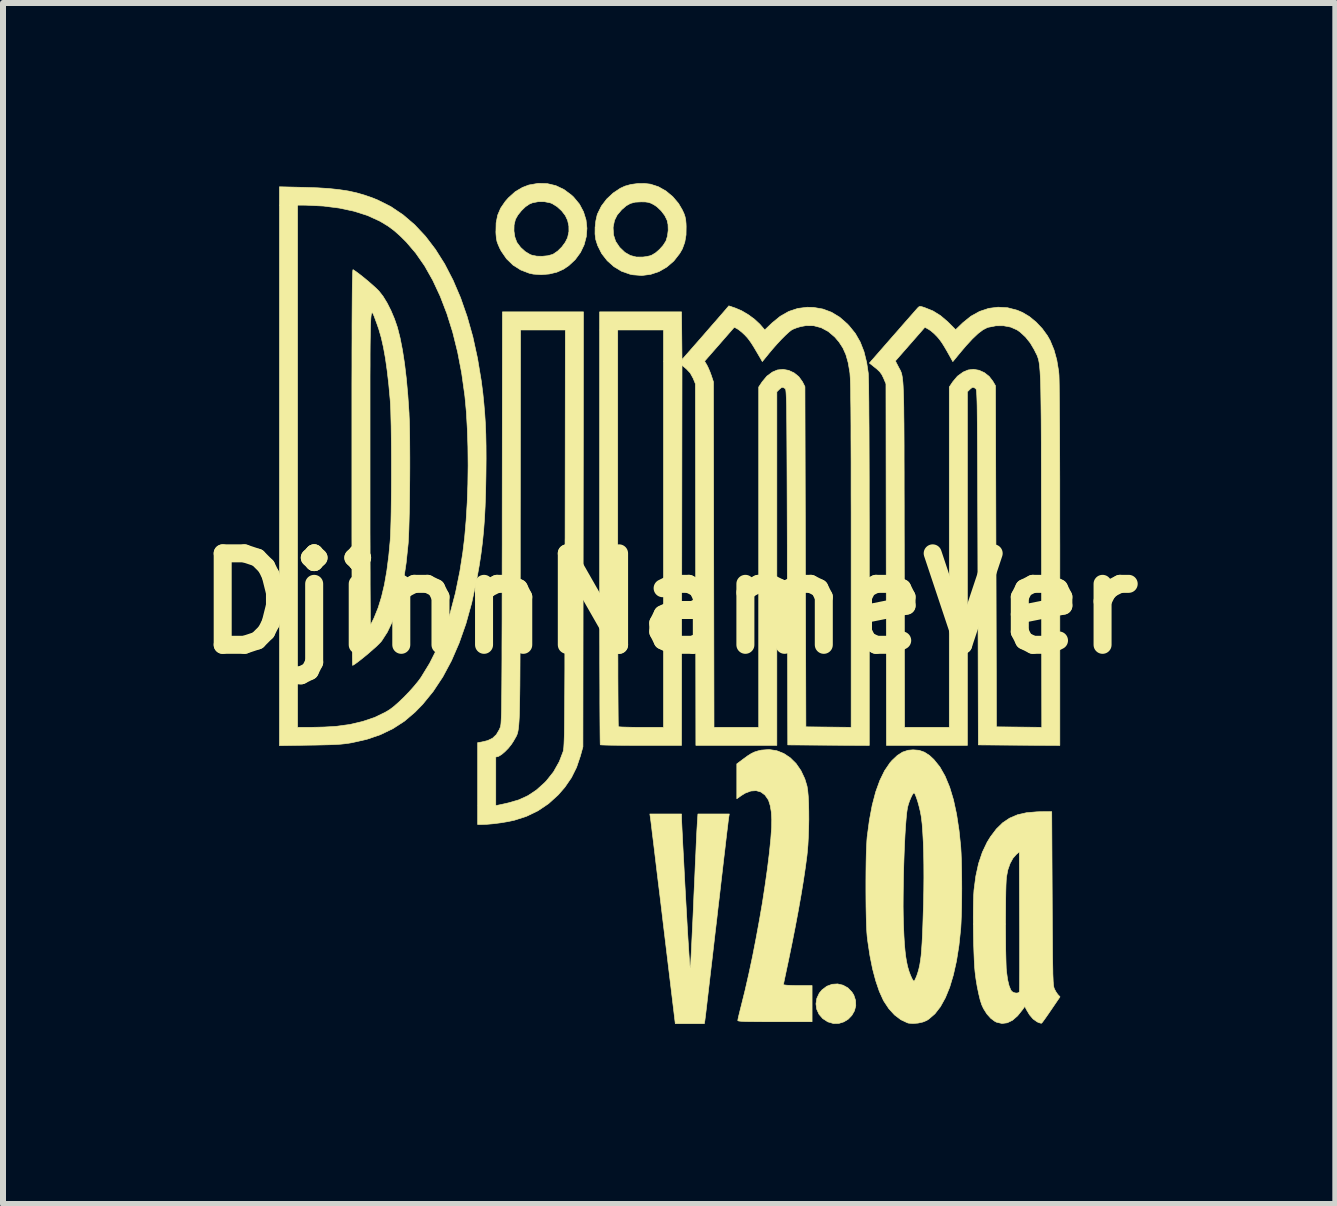
<source format=kicad_pcb>
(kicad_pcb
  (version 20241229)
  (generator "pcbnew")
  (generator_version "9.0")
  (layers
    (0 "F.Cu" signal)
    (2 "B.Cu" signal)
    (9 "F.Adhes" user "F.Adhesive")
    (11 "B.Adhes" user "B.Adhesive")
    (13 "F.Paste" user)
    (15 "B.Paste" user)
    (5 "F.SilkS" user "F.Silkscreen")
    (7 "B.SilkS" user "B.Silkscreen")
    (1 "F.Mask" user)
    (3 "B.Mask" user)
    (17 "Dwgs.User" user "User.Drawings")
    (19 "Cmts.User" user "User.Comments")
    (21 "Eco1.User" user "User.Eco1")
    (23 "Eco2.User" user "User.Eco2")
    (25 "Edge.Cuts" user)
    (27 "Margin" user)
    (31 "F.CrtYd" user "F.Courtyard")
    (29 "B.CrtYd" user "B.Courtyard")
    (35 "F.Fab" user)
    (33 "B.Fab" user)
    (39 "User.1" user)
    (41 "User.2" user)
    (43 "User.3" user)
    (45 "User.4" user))
  (footprint "DjinnNameVer"
    (layer "F.Cu")
    (at 8.099 7.004)
    (property "Reference" "DjinnNameVer" (at 0 0 0) (layer "F.SilkS") (effects (font (size 1.524 1.524) (thickness 0.3))))
    (attr through_hole)
    (fp_poly (pts (xy 2.896 6.36) (xy 2.978 6.405) (xy 3.045 6.475) (xy 3.076 6.524) (xy 3.106 6.615) (xy 3.109 6.704) (xy 3.087 6.788) (xy 3.044 6.863) (xy 2.984 6.926) (xy 2.911 6.971) (xy 2.828 6.997) (xy 2.738 6.999) (xy 2.646 6.972) (xy 2.643 6.971) (xy 2.558 6.916) (xy 2.496 6.844) (xy 2.458 6.76) (xy 2.446 6.671) (xy 2.46 6.58) (xy 2.501 6.493) (xy 2.546 6.439) (xy 2.626 6.378) (xy 2.715 6.345) (xy 2.807 6.339) (xy 2.896 6.36)) (stroke (width 0.01) (type solid)) (fill yes) (layer "F.SilkS"))
    (fp_poly (pts (xy -2.032 -6.995) (xy -1.888 -6.961) (xy -1.752 -6.896) (xy -1.626 -6.802) (xy -1.592 -6.77) (xy -1.495 -6.653) (xy -1.427 -6.525) (xy -1.385 -6.389) (xy -1.37 -6.25) (xy -1.381 -6.111) (xy -1.417 -5.975) (xy -1.478 -5.847) (xy -1.564 -5.73) (xy -1.673 -5.628) (xy -1.762 -5.568) (xy -1.872 -5.519) (xy -1.998 -5.489) (xy -2.132 -5.478) (xy -2.263 -5.487) (xy -2.329 -5.501) (xy -2.473 -5.556) (xy -2.601 -5.637) (xy -2.71 -5.743) (xy -2.798 -5.871) (xy -2.822 -5.916) (xy -2.85 -5.98) (xy -2.869 -6.032) (xy -2.879 -6.085) (xy -2.885 -6.151) (xy -2.887 -6.193) (xy -2.886 -6.205) (xy -2.586 -6.205) (xy -2.571 -6.106) (xy -2.54 -6.021) (xy -2.535 -6.012) (xy -2.474 -5.931) (xy -2.398 -5.862) (xy -2.316 -5.813) (xy -2.286 -5.802) (xy -2.206 -5.786) (xy -2.114 -5.784) (xy -2.023 -5.793) (xy -1.946 -5.814) (xy -1.927 -5.823) (xy -1.857 -5.871) (xy -1.789 -5.938) (xy -1.732 -6.015) (xy -1.694 -6.09) (xy -1.691 -6.1) (xy -1.67 -6.197) (xy -1.671 -6.287) (xy -1.692 -6.382) (xy -1.73 -6.463) (xy -1.791 -6.542) (xy -1.867 -6.611) (xy -1.949 -6.662) (xy -1.983 -6.675) (xy -2.079 -6.694) (xy -2.182 -6.694) (xy -2.278 -6.675) (xy -2.327 -6.655) (xy -2.394 -6.61) (xy -2.461 -6.545) (xy -2.52 -6.472) (xy -2.561 -6.4) (xy -2.563 -6.393) (xy -2.584 -6.305) (xy -2.586 -6.205) (xy -2.886 -6.205) (xy -2.883 -6.341) (xy -2.857 -6.47) (xy -2.807 -6.587) (xy -2.73 -6.699) (xy -2.678 -6.758) (xy -2.565 -6.86) (xy -2.443 -6.932) (xy -2.337 -6.972) (xy -2.182 -6.999) (xy -2.032 -6.995)) (stroke (width 0.01) (type solid)) (fill yes) (layer "F.SilkS"))
    (fp_poly (pts (xy -0.313 -6.986) (xy -0.18 -6.943) (xy -0.054 -6.872) (xy 0.06 -6.777) (xy 0.156 -6.664) (xy 0.219 -6.556) (xy 0.247 -6.496) (xy 0.264 -6.446) (xy 0.275 -6.395) (xy 0.281 -6.331) (xy 0.283 -6.281) (xy 0.281 -6.14) (xy 0.26 -6.018) (xy 0.22 -5.908) (xy 0.175 -5.83) (xy 0.077 -5.705) (xy -0.039 -5.605) (xy -0.168 -5.53) (xy -0.308 -5.483) (xy -0.455 -5.464) (xy -0.606 -5.476) (xy -0.654 -5.486) (xy -0.794 -5.535) (xy -0.921 -5.612) (xy -1.032 -5.711) (xy -1.124 -5.829) (xy -1.191 -5.962) (xy -1.223 -6.062) (xy -1.235 -6.155) (xy -1.234 -6.26) (xy -0.934 -6.26) (xy -0.927 -6.14) (xy -0.892 -6.032) (xy -0.826 -5.934) (xy -0.824 -5.932) (xy -0.739 -5.85) (xy -0.649 -5.798) (xy -0.549 -5.772) (xy -0.441 -5.771) (xy -0.379 -5.779) (xy -0.32 -5.792) (xy -0.295 -5.801) (xy -0.229 -5.839) (xy -0.161 -5.898) (xy -0.1 -5.966) (xy -0.056 -6.035) (xy -0.053 -6.04) (xy -0.028 -6.122) (xy -0.016 -6.218) (xy -0.019 -6.314) (xy -0.034 -6.383) (xy -0.073 -6.463) (xy -0.134 -6.543) (xy -0.206 -6.611) (xy -0.256 -6.644) (xy -0.305 -6.669) (xy -0.348 -6.683) (xy -0.398 -6.69) (xy -0.468 -6.691) (xy -0.468 -6.691) (xy -0.566 -6.686) (xy -0.645 -6.665) (xy -0.715 -6.626) (xy -0.787 -6.564) (xy -0.794 -6.557) (xy -0.866 -6.472) (xy -0.91 -6.384) (xy -0.931 -6.284) (xy -0.934 -6.26) (xy -1.234 -6.26) (xy -1.234 -6.263) (xy -1.222 -6.373) (xy -1.2 -6.472) (xy -1.191 -6.496) (xy -1.129 -6.621) (xy -1.041 -6.737) (xy -0.933 -6.838) (xy -0.813 -6.918) (xy -0.734 -6.954) (xy -0.636 -6.981) (xy -0.523 -6.996) (xy -0.408 -6.997) (xy -0.313 -6.986)) (stroke (width 0.01) (type solid)) (fill yes) (layer "F.SilkS"))
    (fp_poly (pts (xy 1.791 2.453) (xy 1.91 2.5) (xy 2.018 2.572) (xy 2.115 2.668) (xy 2.196 2.786) (xy 2.26 2.922) (xy 2.297 3.044) (xy 2.308 3.114) (xy 2.317 3.21) (xy 2.323 3.326) (xy 2.326 3.458) (xy 2.327 3.599) (xy 2.324 3.744) (xy 2.319 3.888) (xy 2.312 4.025) (xy 2.301 4.15) (xy 2.296 4.199) (xy 2.27 4.395) (xy 2.237 4.618) (xy 2.197 4.861) (xy 2.151 5.121) (xy 2.1 5.393) (xy 2.045 5.672) (xy 1.987 5.954) (xy 1.959 6.085) (xy 1.941 6.171) (xy 1.925 6.246) (xy 1.913 6.304) (xy 1.906 6.341) (xy 1.905 6.351) (xy 1.92 6.356) (xy 1.963 6.361) (xy 2.028 6.364) (xy 2.111 6.366) (xy 2.143 6.366) (xy 2.381 6.366) (xy 2.381 6.969) (xy 1.762 6.969) (xy 1.601 6.969) (xy 1.469 6.968) (xy 1.363 6.967) (xy 1.281 6.966) (xy 1.221 6.963) (xy 1.18 6.96) (xy 1.155 6.956) (xy 1.144 6.951) (xy 1.143 6.948) (xy 1.147 6.926) (xy 1.157 6.879) (xy 1.173 6.814) (xy 1.192 6.737) (xy 1.198 6.714) (xy 1.264 6.449) (xy 1.328 6.168) (xy 1.39 5.877) (xy 1.448 5.579) (xy 1.503 5.28) (xy 1.554 4.984) (xy 1.598 4.696) (xy 1.637 4.42) (xy 1.669 4.161) (xy 1.693 3.924) (xy 1.707 3.731) (xy 1.709 3.597) (xy 1.702 3.475) (xy 1.684 3.369) (xy 1.658 3.286) (xy 1.652 3.272) (xy 1.597 3.193) (xy 1.529 3.142) (xy 1.449 3.119) (xy 1.361 3.125) (xy 1.268 3.16) (xy 1.203 3.2) (xy 1.127 3.254) (xy 1.127 2.673) (xy 1.234 2.593) (xy 1.309 2.538) (xy 1.368 2.501) (xy 1.422 2.475) (xy 1.479 2.457) (xy 1.535 2.444) (xy 1.665 2.434) (xy 1.791 2.453)) (stroke (width 0.01) (type solid)) (fill yes) (layer "F.SilkS"))
    (fp_poly (pts (xy 0.207 3.6) (xy 0.208 3.63) (xy 0.211 3.689) (xy 0.215 3.775) (xy 0.221 3.884) (xy 0.227 4.015) (xy 0.235 4.164) (xy 0.244 4.329) (xy 0.253 4.507) (xy 0.263 4.696) (xy 0.274 4.892) (xy 0.276 4.929) (xy 0.29 5.176) (xy 0.302 5.392) (xy 0.313 5.578) (xy 0.323 5.733) (xy 0.331 5.858) (xy 0.338 5.954) (xy 0.344 6.022) (xy 0.349 6.061) (xy 0.352 6.073) (xy 0.354 6.064) (xy 0.357 6.031) (xy 0.36 5.969) (xy 0.365 5.881) (xy 0.371 5.77) (xy 0.377 5.639) (xy 0.384 5.49) (xy 0.392 5.327) (xy 0.4 5.153) (xy 0.408 4.97) (xy 0.412 4.866) (xy 0.421 4.678) (xy 0.429 4.497) (xy 0.436 4.325) (xy 0.444 4.165) (xy 0.45 4.021) (xy 0.456 3.895) (xy 0.461 3.79) (xy 0.466 3.709) (xy 0.469 3.656) (xy 0.47 3.639) (xy 0.479 3.508) (xy 1.002 3.508) (xy 0.993 3.56) (xy 0.99 3.583) (xy 0.983 3.635) (xy 0.974 3.714) (xy 0.961 3.818) (xy 0.946 3.945) (xy 0.929 4.093) (xy 0.909 4.26) (xy 0.888 4.443) (xy 0.865 4.64) (xy 0.841 4.85) (xy 0.815 5.069) (xy 0.794 5.255) (xy 0.767 5.481) (xy 0.742 5.698) (xy 0.718 5.906) (xy 0.695 6.101) (xy 0.674 6.281) (xy 0.655 6.444) (xy 0.638 6.589) (xy 0.624 6.712) (xy 0.612 6.812) (xy 0.603 6.886) (xy 0.597 6.933) (xy 0.595 6.949) (xy 0.586 7.001) (xy 0.102 7.001) (xy -0.102 5.306) (xy -0.129 5.077) (xy -0.156 4.855) (xy -0.182 4.644) (xy -0.206 4.446) (xy -0.228 4.262) (xy -0.248 4.095) (xy -0.266 3.946) (xy -0.282 3.819) (xy -0.294 3.714) (xy -0.304 3.635) (xy -0.311 3.583) (xy -0.314 3.56) (xy -0.314 3.56) (xy -0.322 3.508) (xy 0.206 3.508) (xy 0.207 3.6)) (stroke (width 0.01) (type solid)) (fill yes) (layer "F.SilkS"))
    (fp_poly (pts (xy 6.382 4.913) (xy 6.383 5.161) (xy 6.384 5.379) (xy 6.386 5.57) (xy 6.387 5.734) (xy 6.388 5.875) (xy 6.39 5.994) (xy 6.392 6.094) (xy 6.393 6.175) (xy 6.396 6.241) (xy 6.398 6.293) (xy 6.401 6.334) (xy 6.404 6.364) (xy 6.408 6.387) (xy 6.412 6.404) (xy 6.417 6.417) (xy 6.418 6.421) (xy 6.444 6.47) (xy 6.473 6.512) (xy 6.479 6.519) (xy 6.512 6.554) (xy 6.365 6.77) (xy 6.315 6.843) (xy 6.271 6.906) (xy 6.235 6.956) (xy 6.212 6.986) (xy 6.205 6.994) (xy 6.184 6.992) (xy 6.147 6.979) (xy 6.129 6.97) (xy 6.064 6.924) (xy 6.004 6.854) (xy 5.956 6.774) (xy 5.925 6.714) (xy 5.889 6.766) (xy 5.805 6.871) (xy 5.72 6.945) (xy 5.633 6.987) (xy 5.546 6.998) (xy 5.457 6.978) (xy 5.428 6.964) (xy 5.359 6.913) (xy 5.293 6.839) (xy 5.237 6.75) (xy 5.208 6.687) (xy 5.182 6.607) (xy 5.157 6.503) (xy 5.132 6.383) (xy 5.111 6.255) (xy 5.096 6.136) (xy 5.089 6.054) (xy 5.083 5.946) (xy 5.078 5.82) (xy 5.073 5.68) (xy 5.07 5.532) (xy 5.068 5.381) (xy 5.068 5.341) (xy 5.604 5.341) (xy 5.605 5.491) (xy 5.606 5.635) (xy 5.607 5.771) (xy 5.61 5.894) (xy 5.613 5.999) (xy 5.616 6.082) (xy 5.621 6.137) (xy 5.639 6.269) (xy 5.663 6.369) (xy 5.691 6.438) (xy 5.708 6.463) (xy 5.74 6.483) (xy 5.78 6.492) (xy 5.816 6.488) (xy 5.835 6.473) (xy 5.836 6.454) (xy 5.837 6.406) (xy 5.838 6.332) (xy 5.838 6.233) (xy 5.839 6.113) (xy 5.839 5.973) (xy 5.839 5.818) (xy 5.839 5.648) (xy 5.839 5.467) (xy 5.838 5.296) (xy 5.834 4.139) (xy 5.783 4.182) (xy 5.728 4.245) (xy 5.68 4.333) (xy 5.643 4.438) (xy 5.621 4.553) (xy 5.62 4.556) (xy 5.616 4.609) (xy 5.612 4.689) (xy 5.609 4.792) (xy 5.607 4.913) (xy 5.606 5.048) (xy 5.605 5.193) (xy 5.604 5.341) (xy 5.068 5.341) (xy 5.067 5.233) (xy 5.068 5.094) (xy 5.07 4.97) (xy 5.073 4.865) (xy 5.078 4.786) (xy 5.078 4.78) (xy 5.109 4.544) (xy 5.155 4.333) (xy 5.218 4.145) (xy 5.298 3.977) (xy 5.353 3.888) (xy 5.451 3.758) (xy 5.556 3.655) (xy 5.672 3.577) (xy 5.803 3.521) (xy 5.952 3.487) (xy 6.123 3.472) (xy 6.175 3.47) (xy 6.374 3.469) (xy 6.382 4.913)) (stroke (width 0.01) (type solid)) (fill yes) (layer "F.SilkS"))
    (fp_poly (pts (xy -6.076 -6.932) (xy -5.86 -6.925) (xy -5.669 -6.913) (xy -5.501 -6.895) (xy -5.348 -6.872) (xy -5.207 -6.841) (xy -5.072 -6.802) (xy -4.938 -6.755) (xy -4.855 -6.721) (xy -4.639 -6.613) (xy -4.434 -6.475) (xy -4.241 -6.31) (xy -4.061 -6.118) (xy -3.894 -5.899) (xy -3.74 -5.655) (xy -3.601 -5.386) (xy -3.476 -5.094) (xy -3.366 -4.779) (xy -3.271 -4.442) (xy -3.193 -4.084) (xy -3.13 -3.705) (xy -3.104 -3.5) (xy -3.087 -3.33) (xy -3.073 -3.164) (xy -3.062 -2.995) (xy -3.055 -2.818) (xy -3.051 -2.627) (xy -3.05 -2.418) (xy -3.052 -2.184) (xy -3.053 -2.114) (xy -3.058 -1.854) (xy -3.066 -1.62) (xy -3.077 -1.406) (xy -3.092 -1.207) (xy -3.111 -1.016) (xy -3.135 -0.827) (xy -3.164 -0.635) (xy -3.2 -0.434) (xy -3.208 -0.389) (xy -3.289 -0.012) (xy -3.386 0.337) (xy -3.499 0.659) (xy -3.627 0.954) (xy -3.771 1.223) (xy -3.932 1.466) (xy -4.108 1.682) (xy -4.234 1.811) (xy -4.41 1.961) (xy -4.601 2.085) (xy -4.81 2.186) (xy -5.038 2.264) (xy -5.286 2.32) (xy -5.346 2.33) (xy -5.407 2.338) (xy -5.474 2.345) (xy -5.552 2.35) (xy -5.646 2.354) (xy -5.76 2.357) (xy -5.898 2.36) (xy -5.981 2.361) (xy -6.493 2.369) (xy -6.493 2.064) (xy -6.191 2.064) (xy -5.965 2.064) (xy -5.861 2.062) (xy -5.747 2.059) (xy -5.637 2.053) (xy -5.548 2.047) (xy -5.323 2.017) (xy -5.109 1.967) (xy -4.91 1.9) (xy -4.733 1.815) (xy -4.659 1.771) (xy -4.591 1.72) (xy -4.51 1.649) (xy -4.422 1.565) (xy -4.333 1.473) (xy -4.25 1.38) (xy -4.177 1.291) (xy -4.133 1.23) (xy -3.99 0.996) (xy -3.861 0.74) (xy -3.747 0.459) (xy -3.647 0.154) (xy -3.56 -0.177) (xy -3.487 -0.536) (xy -3.438 -0.849) (xy -3.407 -1.104) (xy -3.383 -1.384) (xy -3.365 -1.681) (xy -3.354 -1.988) (xy -3.35 -2.3) (xy -3.353 -2.608) (xy -3.363 -2.907) (xy -3.379 -3.19) (xy -3.403 -3.449) (xy -3.406 -3.473) (xy -3.457 -3.838) (xy -3.524 -4.187) (xy -3.606 -4.518) (xy -3.703 -4.828) (xy -3.814 -5.117) (xy -3.938 -5.383) (xy -4.074 -5.624) (xy -4.223 -5.838) (xy -4.381 -6.023) (xy -4.487 -6.128) (xy -4.585 -6.214) (xy -4.682 -6.286) (xy -4.787 -6.35) (xy -4.834 -6.376) (xy -5.03 -6.465) (xy -5.251 -6.535) (xy -5.494 -6.587) (xy -5.758 -6.621) (xy -6.042 -6.635) (xy -6.1 -6.636) (xy -6.191 -6.636) (xy -6.191 2.064) (xy -6.493 2.064) (xy -6.493 -6.942) (xy -6.076 -6.932)) (stroke (width 0.01) (type solid)) (fill yes) (layer "F.SilkS"))
    (fp_poly (pts (xy -1.437 2.389) (xy -1.479 2.541) (xy -1.543 2.731) (xy -1.628 2.902) (xy -1.737 3.061) (xy -1.848 3.189) (xy -2.01 3.336) (xy -2.187 3.455) (xy -2.38 3.548) (xy -2.58 3.612) (xy -2.683 3.634) (xy -2.802 3.654) (xy -2.925 3.67) (xy -3.04 3.68) (xy -3.121 3.683) (xy -3.191 3.683) (xy -3.191 2.559) (xy -2.889 2.559) (xy -2.889 3.368) (xy -2.838 3.358) (xy -2.796 3.349) (xy -2.736 3.336) (xy -2.675 3.322) (xy -2.504 3.272) (xy -2.352 3.202) (xy -2.212 3.109) (xy -2.078 2.989) (xy -2.045 2.955) (xy -1.926 2.805) (xy -1.831 2.636) (xy -1.767 2.469) (xy -1.764 2.457) (xy -1.761 2.442) (xy -1.759 2.424) (xy -1.756 2.401) (xy -1.754 2.372) (xy -1.752 2.336) (xy -1.75 2.291) (xy -1.748 2.236) (xy -1.746 2.169) (xy -1.745 2.09) (xy -1.744 1.997) (xy -1.743 1.89) (xy -1.742 1.765) (xy -1.741 1.624) (xy -1.74 1.463) (xy -1.739 1.282) (xy -1.738 1.08) (xy -1.738 0.855) (xy -1.737 0.606) (xy -1.737 0.332) (xy -1.736 0.031) (xy -1.736 -0.297) (xy -1.735 -0.655) (xy -1.735 -1.043) (xy -1.734 -1.091) (xy -1.73 -4.556) (xy -2.103 -4.556) (xy -2.476 -4.556) (xy -2.481 -1.266) (xy -2.481 -0.881) (xy -2.481 -0.527) (xy -2.482 -0.202) (xy -2.482 0.095) (xy -2.483 0.366) (xy -2.483 0.611) (xy -2.484 0.833) (xy -2.485 1.032) (xy -2.486 1.21) (xy -2.487 1.368) (xy -2.489 1.508) (xy -2.491 1.63) (xy -2.493 1.736) (xy -2.495 1.827) (xy -2.498 1.905) (xy -2.502 1.971) (xy -2.506 2.026) (xy -2.511 2.072) (xy -2.516 2.11) (xy -2.522 2.141) (xy -2.529 2.167) (xy -2.536 2.188) (xy -2.544 2.206) (xy -2.553 2.223) (xy -2.563 2.24) (xy -2.573 2.258) (xy -2.585 2.278) (xy -2.588 2.285) (xy -2.628 2.347) (xy -2.679 2.411) (xy -2.736 2.469) (xy -2.791 2.516) (xy -2.838 2.545) (xy -2.851 2.55) (xy -2.889 2.559) (xy -3.191 2.559) (xy -3.191 2.319) (xy -3.131 2.31) (xy -3.025 2.285) (xy -2.942 2.245) (xy -2.879 2.185) (xy -2.83 2.102) (xy -2.815 2.066) (xy -2.811 2.056) (xy -2.808 2.045) (xy -2.806 2.029) (xy -2.803 2.009) (xy -2.801 1.983) (xy -2.799 1.949) (xy -2.797 1.907) (xy -2.795 1.855) (xy -2.793 1.791) (xy -2.792 1.715) (xy -2.791 1.625) (xy -2.79 1.521) (xy -2.789 1.4) (xy -2.788 1.261) (xy -2.787 1.103) (xy -2.786 0.926) (xy -2.786 0.727) (xy -2.785 0.505) (xy -2.784 0.26) (xy -2.784 -0.011) (xy -2.783 -0.308) (xy -2.783 -0.633) (xy -2.782 -0.987) (xy -2.782 -1.371) (xy -2.782 -1.433) (xy -2.778 -4.858) (xy -2.103 -4.858) (xy -1.428 -4.858) (xy -1.437 2.389)) (stroke (width 0.01) (type solid)) (fill yes) (layer "F.SilkS"))
    (fp_poly (pts (xy 4.164 2.447) (xy 4.253 2.478) (xy 4.338 2.533) (xy 4.411 2.601) (xy 4.51 2.724) (xy 4.597 2.877) (xy 4.673 3.06) (xy 4.737 3.272) (xy 4.789 3.513) (xy 4.83 3.784) (xy 4.858 4.056) (xy 4.864 4.158) (xy 4.869 4.284) (xy 4.872 4.428) (xy 4.874 4.584) (xy 4.875 4.746) (xy 4.874 4.908) (xy 4.872 5.062) (xy 4.868 5.203) (xy 4.863 5.325) (xy 4.858 5.413) (xy 4.828 5.699) (xy 4.787 5.958) (xy 4.735 6.19) (xy 4.674 6.394) (xy 4.602 6.57) (xy 4.52 6.718) (xy 4.428 6.837) (xy 4.326 6.925) (xy 4.291 6.948) (xy 4.227 6.974) (xy 4.146 6.992) (xy 4.063 6.998) (xy 3.99 6.993) (xy 3.969 6.987) (xy 3.859 6.935) (xy 3.755 6.856) (xy 3.66 6.752) (xy 3.578 6.628) (xy 3.567 6.608) (xy 3.501 6.462) (xy 3.442 6.288) (xy 3.389 6.089) (xy 3.345 5.869) (xy 3.309 5.63) (xy 3.299 5.548) (xy 3.293 5.473) (xy 3.288 5.37) (xy 3.284 5.246) (xy 3.281 5.104) (xy 3.28 5.049) (xy 3.898 5.049) (xy 3.9 5.201) (xy 3.903 5.337) (xy 3.905 5.382) (xy 3.912 5.542) (xy 3.92 5.676) (xy 3.93 5.787) (xy 3.941 5.882) (xy 3.955 5.966) (xy 3.971 6.042) (xy 3.978 6.068) (xy 3.997 6.132) (xy 4.02 6.193) (xy 4.043 6.245) (xy 4.064 6.281) (xy 4.08 6.294) (xy 4.082 6.293) (xy 4.093 6.275) (xy 4.111 6.237) (xy 4.127 6.198) (xy 4.145 6.144) (xy 4.161 6.086) (xy 4.175 6.023) (xy 4.187 5.95) (xy 4.198 5.865) (xy 4.206 5.766) (xy 4.214 5.648) (xy 4.221 5.509) (xy 4.227 5.347) (xy 4.233 5.157) (xy 4.238 5.009) (xy 4.242 4.784) (xy 4.244 4.565) (xy 4.243 4.355) (xy 4.24 4.157) (xy 4.234 3.976) (xy 4.225 3.814) (xy 4.215 3.676) (xy 4.202 3.565) (xy 4.199 3.545) (xy 4.184 3.465) (xy 4.164 3.382) (xy 4.142 3.302) (xy 4.119 3.233) (xy 4.099 3.182) (xy 4.083 3.156) (xy 4.07 3.161) (xy 4.05 3.19) (xy 4.028 3.235) (xy 4.005 3.29) (xy 3.985 3.349) (xy 3.97 3.404) (xy 3.97 3.408) (xy 3.959 3.48) (xy 3.949 3.579) (xy 3.939 3.702) (xy 3.93 3.845) (xy 3.922 4.003) (xy 3.915 4.172) (xy 3.909 4.349) (xy 3.904 4.529) (xy 3.901 4.709) (xy 3.899 4.883) (xy 3.898 5.049) (xy 3.28 5.049) (xy 3.279 4.951) (xy 3.278 4.79) (xy 3.278 4.627) (xy 3.279 4.467) (xy 3.281 4.314) (xy 3.284 4.174) (xy 3.289 4.052) (xy 3.294 3.951) (xy 3.299 3.889) (xy 3.336 3.611) (xy 3.383 3.361) (xy 3.441 3.14) (xy 3.51 2.949) (xy 3.589 2.787) (xy 3.679 2.655) (xy 3.713 2.616) (xy 3.802 2.532) (xy 3.89 2.476) (xy 3.982 2.446) (xy 4.064 2.439) (xy 4.164 2.447)) (stroke (width 0.01) (type solid)) (fill yes) (layer "F.SilkS"))
    (fp_poly (pts (xy -5.222 -5.532) (xy -5.16 -5.486) (xy -5.089 -5.43) (xy -5.014 -5.368) (xy -4.943 -5.306) (xy -4.882 -5.251) (xy -4.838 -5.207) (xy -4.834 -5.203) (xy -4.767 -5.117) (xy -4.699 -5.006) (xy -4.635 -4.879) (xy -4.577 -4.742) (xy -4.529 -4.603) (xy -4.526 -4.593) (xy -4.483 -4.423) (xy -4.444 -4.224) (xy -4.409 -3.998) (xy -4.379 -3.745) (xy -4.354 -3.469) (xy -4.334 -3.172) (xy -4.333 -3.135) (xy -4.328 -3.036) (xy -4.325 -2.912) (xy -4.323 -2.768) (xy -4.322 -2.607) (xy -4.321 -2.433) (xy -4.321 -2.252) (xy -4.322 -2.067) (xy -4.324 -1.882) (xy -4.326 -1.702) (xy -4.329 -1.531) (xy -4.333 -1.373) (xy -4.337 -1.232) (xy -4.342 -1.113) (xy -4.347 -1.02) (xy -4.349 -0.992) (xy -4.382 -0.676) (xy -4.425 -0.387) (xy -4.478 -0.127) (xy -4.541 0.104) (xy -4.613 0.305) (xy -4.695 0.477) (xy -4.787 0.62) (xy -4.801 0.638) (xy -4.831 0.67) (xy -4.877 0.715) (xy -4.936 0.767) (xy -5.001 0.824) (xy -5.069 0.881) (xy -5.135 0.934) (xy -5.193 0.979) (xy -5.239 1.012) (xy -5.269 1.03) (xy -5.274 1.032) (xy -5.276 1.016) (xy -5.277 0.97) (xy -5.278 0.895) (xy -5.279 0.793) (xy -5.28 0.666) (xy -5.281 0.513) (xy -5.282 0.338) (xy -5.283 0.142) (xy -5.283 -0.075) (xy -5.284 -0.31) (xy -5.285 -0.562) (xy -5.285 -0.83) (xy -5.286 -1.111) (xy -5.286 -1.406) (xy -5.286 -1.711) (xy -5.286 -1.988) (xy -4.984 -1.988) (xy -4.984 -1.711) (xy -4.984 -1.444) (xy -4.984 -1.189) (xy -4.983 -0.948) (xy -4.983 -0.722) (xy -4.982 -0.513) (xy -4.982 -0.323) (xy -4.981 -0.153) (xy -4.98 -0.004) (xy -4.979 0.12) (xy -4.979 0.219) (xy -4.978 0.292) (xy -4.977 0.336) (xy -4.976 0.349) (xy -4.965 0.336) (xy -4.946 0.3) (xy -4.921 0.25) (xy -4.914 0.234) (xy -4.849 0.073) (xy -4.793 -0.108) (xy -4.744 -0.314) (xy -4.704 -0.544) (xy -4.671 -0.802) (xy -4.648 -1.048) (xy -4.643 -1.13) (xy -4.639 -1.239) (xy -4.635 -1.372) (xy -4.632 -1.524) (xy -4.63 -1.691) (xy -4.628 -1.869) (xy -4.627 -2.054) (xy -4.627 -2.243) (xy -4.627 -2.431) (xy -4.628 -2.615) (xy -4.63 -2.79) (xy -4.632 -2.953) (xy -4.636 -3.099) (xy -4.639 -3.224) (xy -4.644 -3.326) (xy -4.648 -3.389) (xy -4.672 -3.651) (xy -4.699 -3.883) (xy -4.728 -4.088) (xy -4.761 -4.27) (xy -4.797 -4.429) (xy -4.838 -4.57) (xy -4.875 -4.676) (xy -4.889 -4.713) (xy -4.902 -4.748) (xy -4.913 -4.779) (xy -4.924 -4.805) (xy -4.933 -4.826) (xy -4.941 -4.839) (xy -4.949 -4.844) (xy -4.955 -4.839) (xy -4.961 -4.823) (xy -4.966 -4.794) (xy -4.97 -4.752) (xy -4.973 -4.696) (xy -4.976 -4.623) (xy -4.978 -4.532) (xy -4.98 -4.423) (xy -4.982 -4.294) (xy -4.983 -4.144) (xy -4.983 -3.972) (xy -4.984 -3.776) (xy -4.984 -3.554) (xy -4.984 -3.307) (xy -4.984 -3.032) (xy -4.984 -2.728) (xy -4.984 -2.394) (xy -4.984 -2.274) (xy -4.984 -1.988) (xy -5.286 -1.988) (xy -5.286 -2.026) (xy -5.286 -2.271) (xy -5.286 -2.665) (xy -5.286 -3.028) (xy -5.286 -3.362) (xy -5.286 -3.667) (xy -5.285 -3.945) (xy -5.285 -4.196) (xy -5.284 -4.422) (xy -5.284 -4.624) (xy -5.283 -4.803) (xy -5.282 -4.96) (xy -5.281 -5.096) (xy -5.28 -5.213) (xy -5.279 -5.31) (xy -5.277 -5.39) (xy -5.275 -5.453) (xy -5.274 -5.501) (xy -5.272 -5.534) (xy -5.27 -5.554) (xy -5.267 -5.562) (xy -5.267 -5.562) (xy -5.222 -5.532)) (stroke (width 0.01) (type solid)) (fill yes) (layer "F.SilkS"))
    (fp_poly (pts (xy 4.21 -4.944) (xy 4.257 -4.929) (xy 4.396 -4.873) (xy 4.52 -4.796) (xy 4.639 -4.695) (xy 4.652 -4.682) (xy 4.773 -4.561) (xy 4.892 -4.676) (xy 5.027 -4.785) (xy 5.171 -4.865) (xy 5.323 -4.916) (xy 5.479 -4.936) (xy 5.638 -4.927) (xy 5.796 -4.886) (xy 5.887 -4.848) (xy 6.001 -4.78) (xy 6.113 -4.688) (xy 6.216 -4.579) (xy 6.302 -4.461) (xy 6.348 -4.379) (xy 6.412 -4.224) (xy 6.458 -4.057) (xy 6.489 -3.869) (xy 6.492 -3.838) (xy 6.495 -3.8) (xy 6.497 -3.731) (xy 6.499 -3.63) (xy 6.5 -3.499) (xy 6.502 -3.336) (xy 6.503 -3.144) (xy 6.505 -2.92) (xy 6.506 -2.667) (xy 6.507 -2.385) (xy 6.508 -2.072) (xy 6.508 -1.731) (xy 6.508 -1.361) (xy 6.509 -0.962) (xy 6.509 -0.659) (xy 6.509 2.366) (xy 5.83 2.362) (xy 5.151 2.357) (xy 5.144 -0.601) (xy 5.143 -0.96) (xy 5.142 -1.29) (xy 5.141 -1.59) (xy 5.14 -1.863) (xy 5.139 -2.109) (xy 5.138 -2.33) (xy 5.137 -2.528) (xy 5.136 -2.703) (xy 5.135 -2.858) (xy 5.134 -2.993) (xy 5.133 -3.109) (xy 5.132 -3.209) (xy 5.131 -3.293) (xy 5.129 -3.364) (xy 5.127 -3.421) (xy 5.125 -3.467) (xy 5.123 -3.503) (xy 5.121 -3.529) (xy 5.119 -3.549) (xy 5.116 -3.563) (xy 5.113 -3.571) (xy 5.109 -3.577) (xy 5.106 -3.58) (xy 5.105 -3.581) (xy 5.073 -3.6) (xy 5.048 -3.598) (xy 5.018 -3.574) (xy 5.008 -3.565) (xy 4.969 -3.526) (xy 4.969 2.365) (xy 3.62 2.365) (xy 3.616 -0.647) (xy 3.612 -3.659) (xy 3.572 -3.754) (xy 3.543 -3.813) (xy 3.508 -3.861) (xy 3.457 -3.909) (xy 3.434 -3.927) (xy 3.336 -4.005) (xy 3.367 -4.04) (xy 3.769 -4.04) (xy 3.814 -3.953) (xy 3.826 -3.93) (xy 3.837 -3.91) (xy 3.847 -3.892) (xy 3.856 -3.874) (xy 3.864 -3.854) (xy 3.872 -3.831) (xy 3.878 -3.804) (xy 3.884 -3.771) (xy 3.889 -3.731) (xy 3.894 -3.683) (xy 3.898 -3.625) (xy 3.901 -3.555) (xy 3.904 -3.473) (xy 3.907 -3.377) (xy 3.909 -3.264) (xy 3.91 -3.135) (xy 3.912 -2.988) (xy 3.913 -2.821) (xy 3.914 -2.632) (xy 3.914 -2.421) (xy 3.915 -2.186) (xy 3.915 -1.925) (xy 3.916 -1.638) (xy 3.916 -1.322) (xy 3.917 -0.976) (xy 3.917 -0.814) (xy 3.922 2.064) (xy 4.667 2.064) (xy 4.667 -3.606) (xy 4.725 -3.693) (xy 4.803 -3.786) (xy 4.898 -3.855) (xy 4.981 -3.89) (xy 5.07 -3.901) (xy 5.163 -3.885) (xy 5.252 -3.845) (xy 5.331 -3.783) (xy 5.392 -3.704) (xy 5.437 -3.627) (xy 5.445 -0.786) (xy 5.453 2.056) (xy 6.208 2.064) (xy 6.203 -0.901) (xy 6.202 -1.269) (xy 6.202 -1.606) (xy 6.201 -1.915) (xy 6.201 -2.196) (xy 6.2 -2.451) (xy 6.2 -2.681) (xy 6.199 -2.888) (xy 6.198 -3.072) (xy 6.196 -3.237) (xy 6.194 -3.382) (xy 6.192 -3.509) (xy 6.19 -3.62) (xy 6.187 -3.715) (xy 6.183 -3.798) (xy 6.179 -3.868) (xy 6.174 -3.927) (xy 6.169 -3.977) (xy 6.163 -4.018) (xy 6.156 -4.053) (xy 6.148 -4.083) (xy 6.139 -4.109) (xy 6.13 -4.133) (xy 6.119 -4.156) (xy 6.107 -4.178) (xy 6.095 -4.203) (xy 6.081 -4.231) (xy 6.017 -4.339) (xy 5.937 -4.439) (xy 5.848 -4.521) (xy 5.797 -4.557) (xy 5.691 -4.604) (xy 5.57 -4.627) (xy 5.443 -4.626) (xy 5.316 -4.601) (xy 5.296 -4.594) (xy 5.228 -4.559) (xy 5.146 -4.497) (xy 5.052 -4.408) (xy 4.945 -4.292) (xy 4.862 -4.194) (xy 4.726 -4.029) (xy 4.679 -4.114) (xy 4.625 -4.21) (xy 4.582 -4.283) (xy 4.547 -4.339) (xy 4.515 -4.384) (xy 4.484 -4.423) (xy 4.459 -4.451) (xy 4.41 -4.5) (xy 4.359 -4.543) (xy 4.323 -4.567) (xy 4.261 -4.602) (xy 4.015 -4.321) (xy 3.769 -4.04) (xy 3.367 -4.04) (xy 3.726 -4.451) (xy 3.816 -4.553) (xy 3.899 -4.649) (xy 3.975 -4.735) (xy 4.039 -4.808) (xy 4.091 -4.867) (xy 4.126 -4.907) (xy 4.144 -4.927) (xy 4.144 -4.927) (xy 4.162 -4.943) (xy 4.18 -4.949) (xy 4.21 -4.944)) (stroke (width 0.01) (type solid)) (fill yes) (layer "F.SilkS"))
    (fp_poly (pts (xy 1.101 -4.922) (xy 1.207 -4.877) (xy 1.317 -4.812) (xy 1.421 -4.736) (xy 1.507 -4.656) (xy 1.519 -4.643) (xy 1.593 -4.557) (xy 1.714 -4.673) (xy 1.85 -4.784) (xy 1.992 -4.865) (xy 2.142 -4.915) (xy 2.3 -4.935) (xy 2.407 -4.932) (xy 2.562 -4.905) (xy 2.706 -4.851) (xy 2.841 -4.769) (xy 2.97 -4.656) (xy 2.998 -4.626) (xy 3.101 -4.499) (xy 3.183 -4.356) (xy 3.246 -4.195) (xy 3.291 -4.012) (xy 3.317 -3.838) (xy 3.319 -3.8) (xy 3.321 -3.732) (xy 3.324 -3.633) (xy 3.325 -3.503) (xy 3.327 -3.342) (xy 3.328 -3.15) (xy 3.33 -2.927) (xy 3.331 -2.673) (xy 3.332 -2.388) (xy 3.333 -2.072) (xy 3.333 -1.724) (xy 3.334 -1.345) (xy 3.334 -0.934) (xy 3.334 -0.659) (xy 3.334 2.366) (xy 2.655 2.362) (xy 1.976 2.357) (xy 1.968 -0.601) (xy 1.968 -0.96) (xy 1.967 -1.29) (xy 1.966 -1.59) (xy 1.965 -1.863) (xy 1.964 -2.109) (xy 1.963 -2.33) (xy 1.962 -2.528) (xy 1.961 -2.703) (xy 1.96 -2.858) (xy 1.959 -2.993) (xy 1.958 -3.109) (xy 1.957 -3.209) (xy 1.956 -3.293) (xy 1.954 -3.364) (xy 1.952 -3.421) (xy 1.95 -3.467) (xy 1.948 -3.503) (xy 1.946 -3.529) (xy 1.944 -3.549) (xy 1.941 -3.563) (xy 1.938 -3.571) (xy 1.934 -3.577) (xy 1.931 -3.58) (xy 1.93 -3.581) (xy 1.898 -3.6) (xy 1.873 -3.598) (xy 1.843 -3.574) (xy 1.833 -3.565) (xy 1.794 -3.526) (xy 1.794 2.365) (xy 0.445 2.365) (xy 0.441 -0.647) (xy 0.437 -3.659) (xy 0.4 -3.75) (xy 0.351 -3.839) (xy 0.289 -3.905) (xy 0.214 -3.968) (xy 0.206 2.365) (xy -0.466 2.365) (xy -0.609 2.365) (xy -0.742 2.364) (xy -0.862 2.363) (xy -0.965 2.362) (xy -1.049 2.36) (xy -1.109 2.358) (xy -1.142 2.356) (xy -1.148 2.355) (xy -1.149 2.338) (xy -1.15 2.291) (xy -1.151 2.215) (xy -1.152 2.112) (xy -1.153 1.982) (xy -1.154 1.828) (xy -1.155 1.651) (xy -1.155 1.452) (xy -1.156 1.232) (xy -1.157 0.993) (xy -1.157 0.737) (xy -1.158 0.465) (xy -1.158 0.178) (xy -1.158 -0.123) (xy -1.159 -0.435) (xy -1.159 -0.758) (xy -1.159 -1.09) (xy -1.159 -1.257) (xy -1.159 -4.556) (xy -0.857 -4.556) (xy -0.857 -1.257) (xy -0.857 -0.935) (xy -0.857 -0.622) (xy -0.857 -0.319) (xy -0.856 -0.028) (xy -0.856 0.251) (xy -0.856 0.515) (xy -0.855 0.764) (xy -0.854 0.995) (xy -0.854 1.208) (xy -0.853 1.4) (xy -0.852 1.57) (xy -0.851 1.717) (xy -0.85 1.84) (xy -0.849 1.936) (xy -0.848 2.004) (xy -0.847 2.044) (xy -0.847 2.053) (xy -0.828 2.056) (xy -0.783 2.059) (xy -0.715 2.061) (xy -0.629 2.063) (xy -0.529 2.064) (xy -0.466 2.064) (xy -0.095 2.064) (xy -0.095 -4.036) (xy 0.59 -4.036) (xy 0.627 -3.975) (xy 0.651 -3.927) (xy 0.678 -3.864) (xy 0.701 -3.802) (xy 0.738 -3.691) (xy 0.742 -0.814) (xy 0.747 2.064) (xy 1.492 2.064) (xy 1.492 -3.606) (xy 1.549 -3.692) (xy 1.628 -3.787) (xy 1.72 -3.855) (xy 1.803 -3.89) (xy 1.897 -3.9) (xy 1.992 -3.883) (xy 2.082 -3.841) (xy 2.16 -3.778) (xy 2.219 -3.696) (xy 2.222 -3.691) (xy 2.262 -3.612) (xy 2.27 -0.778) (xy 2.278 2.056) (xy 2.655 2.06) (xy 3.032 2.064) (xy 3.032 -0.813) (xy 3.032 -1.178) (xy 3.032 -1.513) (xy 3.031 -1.818) (xy 3.031 -2.096) (xy 3.031 -2.348) (xy 3.03 -2.574) (xy 3.029 -2.777) (xy 3.029 -2.958) (xy 3.028 -3.117) (xy 3.027 -3.257) (xy 3.025 -3.379) (xy 3.024 -3.484) (xy 3.023 -3.574) (xy 3.021 -3.649) (xy 3.019 -3.711) (xy 3.017 -3.762) (xy 3.014 -3.803) (xy 3.012 -3.835) (xy 3.009 -3.858) (xy 2.982 -4.013) (xy 2.945 -4.144) (xy 2.895 -4.256) (xy 2.83 -4.356) (xy 2.759 -4.439) (xy 2.651 -4.531) (xy 2.534 -4.594) (xy 2.41 -4.627) (xy 2.28 -4.629) (xy 2.192 -4.613) (xy 2.13 -4.595) (xy 2.073 -4.573) (xy 2.041 -4.557) (xy 1.997 -4.523) (xy 1.938 -4.469) (xy 1.868 -4.399) (xy 1.792 -4.317) (xy 1.715 -4.229) (xy 1.666 -4.17) (xy 1.552 -4.03) (xy 1.517 -4.091) (xy 1.456 -4.195) (xy 1.408 -4.276) (xy 1.368 -4.339) (xy 1.334 -4.387) (xy 1.303 -4.427) (xy 1.271 -4.461) (xy 1.262 -4.471) (xy 1.214 -4.516) (xy 1.167 -4.554) (xy 1.133 -4.577) (xy 1.085 -4.602) (xy 0.838 -4.319) (xy 0.59 -4.036) (xy -0.095 -4.036) (xy -0.095 -4.556) (xy -0.857 -4.556) (xy -1.159 -4.556) (xy -1.159 -4.858) (xy 0.206 -4.858) (xy 0.21 -4.46) (xy 0.214 -4.063) (xy 0.564 -4.462) (xy 0.649 -4.56) (xy 0.729 -4.652) (xy 0.802 -4.735) (xy 0.863 -4.806) (xy 0.911 -4.861) (xy 0.943 -4.898) (xy 0.953 -4.91) (xy 0.994 -4.958) (xy 1.101 -4.922)) (stroke (width 0.01) (type solid)) (fill yes) (layer "F.SilkS")))
  (gr_rect
    (start -3 -3)
    (end 19.198 17.01)
    (stroke (width 0.1) (type default))
    (fill no)
    (layer "Edge.Cuts")))
</source>
